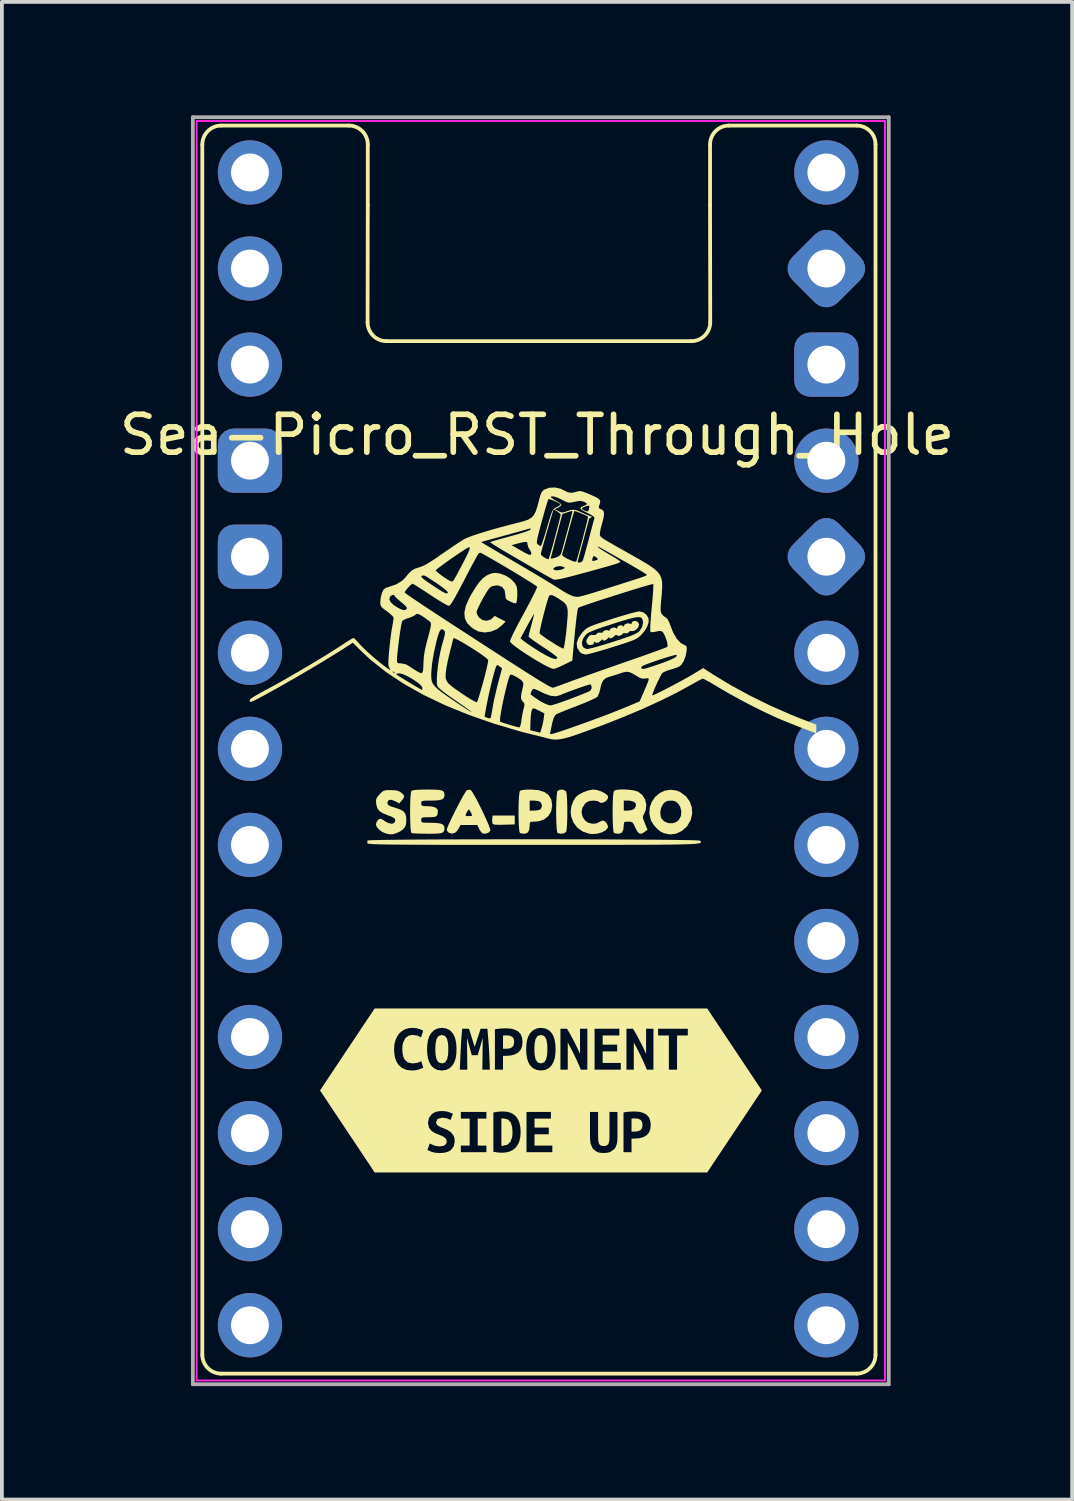
<source format=kicad_pcb>
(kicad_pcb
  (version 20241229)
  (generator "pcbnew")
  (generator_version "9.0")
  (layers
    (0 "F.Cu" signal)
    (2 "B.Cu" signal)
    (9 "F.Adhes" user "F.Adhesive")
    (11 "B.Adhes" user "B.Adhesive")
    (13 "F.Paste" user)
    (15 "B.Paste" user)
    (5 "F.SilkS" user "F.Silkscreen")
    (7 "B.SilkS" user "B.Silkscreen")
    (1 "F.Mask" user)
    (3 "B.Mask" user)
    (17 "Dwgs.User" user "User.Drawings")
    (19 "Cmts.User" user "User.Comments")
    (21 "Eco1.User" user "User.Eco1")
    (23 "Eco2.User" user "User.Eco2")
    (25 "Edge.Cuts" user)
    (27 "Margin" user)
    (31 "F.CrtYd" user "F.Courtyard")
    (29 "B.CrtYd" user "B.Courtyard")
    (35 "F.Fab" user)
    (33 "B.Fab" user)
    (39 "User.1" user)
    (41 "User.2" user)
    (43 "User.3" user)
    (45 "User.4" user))
  (footprint "Sea-Picro_RST_Through_Hole"
    (layer "F.Cu")
    (at 11.149 16.75)
    (property "Reference" "Sea-Picro_RST_Through_Hole" (at 0 -8.3 0) (unlocked yes) (layer "F.SilkS") (effects (font (size 1 1) (thickness 0.15))))
    (attr through_hole exclude_from_pos_files)
    (fp_line (start -8.85 -15.98) (end -8.85 16.02) (stroke (width 0.1) (type solid)) (layer "F.SilkS"))
    (fp_line (start -8.35 16.52) (end 8.45 16.52) (stroke (width 0.1) (type solid)) (layer "F.SilkS"))
    (fp_line (start -4.975 -16.48) (end -8.35 -16.48) (stroke (width 0.1) (type solid)) (layer "F.SilkS"))
    (fp_line (start -4.475 -14.38) (end -4.48 -11.28) (stroke (width 0.1) (type solid)) (layer "F.SilkS"))
    (fp_line (start -4.475 -14.38) (end -4.475 -15.98) (stroke (width 0.1) (type solid)) (layer "F.SilkS"))
    (fp_line (start -3.98 -10.78) (end 4.08 -10.78) (stroke (width 0.1) (type solid)) (layer "F.SilkS"))
    (fp_line (start 4.575 -14.38) (end 4.575 -15.98) (stroke (width 0.1) (type solid)) (layer "F.SilkS"))
    (fp_line (start 4.575 -14.38) (end 4.58 -11.28) (stroke (width 0.1) (type solid)) (layer "F.SilkS"))
    (fp_line (start 5.075 -16.48) (end 8.45 -16.48) (stroke (width 0.1) (type solid)) (layer "F.SilkS"))
    (fp_line (start 8.95 16.02) (end 8.95 -15.98) (stroke (width 0.1) (type solid)) (layer "F.SilkS"))
    (fp_arc (start -8.84951 -15.98) (mid -8.703063 -16.333553) (end -8.34951 -16.48) (stroke (width 0.1) (type solid)) (layer "F.SilkS"))
    (fp_arc (start -8.34951 16.52) (mid -8.703063 16.373553) (end -8.84951 16.02) (stroke (width 0.1) (type solid)) (layer "F.SilkS"))
    (fp_arc (start -4.97451 -16.48) (mid -4.620957 -16.333553) (end -4.47451 -15.98) (stroke (width 0.1) (type solid)) (layer "F.SilkS"))
    (fp_arc (start -3.98 -10.77951) (mid -4.333553 -10.925957) (end -4.48 -11.27951) (stroke (width 0.1) (type solid)) (layer "F.SilkS"))
    (fp_arc (start 4.57549 -15.98) (mid 4.721931 -16.333559) (end 5.07549 -16.48) (stroke (width 0.1) (type solid)) (layer "F.SilkS"))
    (fp_arc (start 4.58 -11.27951) (mid 4.433553 -10.925957) (end 4.08 -10.77951) (stroke (width 0.1) (type solid)) (layer "F.SilkS"))
    (fp_arc (start 8.45049 -16.48) (mid 8.804046 -16.333556) (end 8.95049 -15.98) (stroke (width 0.1) (type solid)) (layer "F.SilkS"))
    (fp_arc (start 8.95049 16.02) (mid 8.804039 16.373543) (end 8.45049 16.52) (stroke (width 0.1) (type solid)) (layer "F.SilkS"))
    (fp_poly (pts (xy -0.589 1.998) (xy -0.874 2.006) (xy -1.012 2.009) (xy -1.101 2.005) (xy -1.152 1.995) (xy -1.175 1.976) (xy -1.177 1.972) (xy -1.186 1.913) (xy -1.183 1.847) (xy -1.174 1.764) (xy -0.589 1.764)) (stroke (width 0) (type solid)) (fill yes) (layer "F.SilkS"))
    (fp_poly (pts (xy -0.792 7.576) (xy -0.845 7.577) (xy -0.899 7.581) (xy -0.899 7.93) (xy -0.811 7.93) (xy -0.721 7.92) (xy -0.656 7.889) (xy -0.617 7.834) (xy -0.604 7.749) (xy -0.616 7.668) (xy -0.655 7.615) (xy -0.715 7.586) (xy -0.792 7.576)) (stroke (width 0) (type solid)) (fill yes) (layer "F.SilkS"))
    (fp_poly (pts (xy 2.604 9.772) (xy 2.551 9.773) (xy 2.499 9.777) (xy 2.499 10.121) (xy 2.585 10.121) (xy 2.674 10.111) (xy 2.738 10.081) (xy 2.777 10.026) (xy 2.79 9.942) (xy 2.777 9.863) (xy 2.739 9.811) (xy 2.68 9.782) (xy 2.604 9.772)) (stroke (width 0) (type solid)) (fill yes) (layer "F.SilkS"))
    (fp_poly (pts (xy -0.942 10.493) (xy -0.923 10.495) (xy -0.904 10.495) (xy -0.783 10.467) (xy -0.704 10.391) (xy -0.661 10.277) (xy -0.651 10.208) (xy -0.648 10.132) (xy -0.658 9.997) (xy -0.694 9.882) (xy -0.765 9.802) (xy -0.88 9.772) (xy -0.911 9.773) (xy -0.942 9.777) (xy -0.942 10.493)) (stroke (width 0) (type solid)) (fill yes) (layer "F.SilkS"))
    (fp_poly (pts (xy -2.689 7.941) (xy -2.687 8.017) (xy -2.682 8.088) (xy -2.658 8.208) (xy -2.606 8.288) (xy -2.517 8.318) (xy -2.429 8.288) (xy -2.377 8.207) (xy -2.352 8.088) (xy -2.348 8.017) (xy -2.346 7.941) (xy -2.348 7.865) (xy -2.352 7.793) (xy -2.377 7.674) (xy -2.428 7.593) (xy -2.517 7.564) (xy -2.606 7.593) (xy -2.658 7.675) (xy -2.682 7.794) (xy -2.687 7.865) (xy -2.689 7.941)) (stroke (width 0) (type solid)) (fill yes) (layer "F.SilkS"))
    (fp_poly (pts (xy -0.069 7.941) (xy -0.068 8.017) (xy -0.063 8.088) (xy -0.039 8.208) (xy 0.013 8.288) (xy 0.102 8.318) (xy 0.19 8.288) (xy 0.243 8.207) (xy 0.267 8.088) (xy 0.272 8.017) (xy 0.273 7.941) (xy 0.272 7.865) (xy 0.267 7.793) (xy 0.243 7.674) (xy 0.191 7.593) (xy 0.102 7.564) (xy 0.013 7.593) (xy -0.039 7.675) (xy -0.063 7.794) (xy -0.068 7.865) (xy -0.069 7.941)) (stroke (width 0) (type solid)) (fill yes) (layer "F.SilkS"))
    (fp_poly (pts (xy 0.688 1.08) (xy 0.754 1.111) (xy 0.771 1.133) (xy 0.782 1.182) (xy 0.791 1.28) (xy 0.798 1.415) (xy 0.801 1.578) (xy 0.801 1.661) (xy 0.8 1.834) (xy 0.794 1.984) (xy 0.786 2.101) (xy 0.776 2.174) (xy 0.771 2.19) (xy 0.719 2.232) (xy 0.637 2.245) (xy 0.546 2.227) (xy 0.545 2.227) (xy 0.532 2.194) (xy 0.521 2.113) (xy 0.513 1.997) (xy 0.508 1.855) (xy 0.506 1.701) (xy 0.507 1.543) (xy 0.511 1.395) (xy 0.518 1.267) (xy 0.528 1.171) (xy 0.54 1.117) (xy 0.544 1.111) (xy 0.609 1.08)) (stroke (width 0) (type solid)) (fill yes) (layer "F.SilkS"))
    (fp_poly (pts (xy 1.589 1.09) (xy 1.694 1.124) (xy 1.789 1.171) (xy 1.857 1.223) (xy 1.879 1.261) (xy 1.868 1.325) (xy 1.822 1.381) (xy 1.757 1.419) (xy 1.691 1.43) (xy 1.64 1.405) (xy 1.635 1.398) (xy 1.598 1.38) (xy 1.523 1.37) (xy 1.485 1.369) (xy 1.386 1.378) (xy 1.314 1.413) (xy 1.267 1.454) (xy 1.199 1.56) (xy 1.178 1.679) (xy 1.204 1.797) (xy 1.274 1.898) (xy 1.348 1.951) (xy 1.453 1.98) (xy 1.562 1.974) (xy 1.637 1.94) (xy 1.702 1.906) (xy 1.744 1.896) (xy 1.798 1.92) (xy 1.847 1.977) (xy 1.876 2.044) (xy 1.874 2.084) (xy 1.82 2.151) (xy 1.724 2.205) (xy 1.603 2.241) (xy 1.471 2.253) (xy 1.387 2.246) (xy 1.212 2.188) (xy 1.068 2.086) (xy 0.962 1.947) (xy 0.901 1.782) (xy 0.889 1.661) (xy 0.909 1.52) (xy 0.96 1.379) (xy 1.029 1.271) (xy 1.109 1.207) (xy 1.225 1.147) (xy 1.351 1.101) (xy 1.467 1.078) (xy 1.49 1.076)) (stroke (width 0) (type solid)) (fill yes) (layer "F.SilkS"))
    (fp_poly (pts (xy 3.689 1.103) (xy 3.789 1.144) (xy 3.934 1.251) (xy 4.036 1.389) (xy 4.093 1.547) (xy 4.103 1.714) (xy 4.064 1.881) (xy 3.975 2.036) (xy 3.954 2.061) (xy 3.825 2.173) (xy 3.68 2.242) (xy 3.531 2.262) (xy 3.479 2.256) (xy 3.401 2.24) (xy 3.354 2.23) (xy 3.27 2.19) (xy 3.176 2.113) (xy 3.088 2.015) (xy 3.022 1.911) (xy 3.008 1.879) (xy 2.97 1.709) (xy 2.971 1.69) (xy 3.258 1.69) (xy 3.276 1.809) (xy 3.289 1.838) (xy 3.363 1.919) (xy 3.465 1.963) (xy 3.578 1.968) (xy 3.685 1.933) (xy 3.75 1.88) (xy 3.805 1.775) (xy 3.817 1.651) (xy 3.784 1.529) (xy 3.74 1.459) (xy 3.677 1.398) (xy 3.609 1.373) (xy 3.537 1.369) (xy 3.446 1.377) (xy 3.382 1.41) (xy 3.335 1.459) (xy 3.278 1.565) (xy 3.258 1.69) (xy 2.971 1.69) (xy 2.981 1.547) (xy 3.035 1.398) (xy 3.123 1.271) (xy 3.24 1.171) (xy 3.378 1.105) (xy 3.53 1.081)) (stroke (width 0) (type solid)) (fill yes) (layer "F.SilkS"))
    (fp_poly (pts (xy 0.036 1.092) (xy 0.196 1.142) (xy 0.31 1.225) (xy 0.378 1.342) (xy 0.401 1.495) (xy 0.401 1.501) (xy 0.375 1.652) (xy 0.301 1.776) (xy 0.187 1.867) (xy 0.038 1.917) (xy -0.061 1.925) (xy -0.142 1.927) (xy -0.181 1.941) (xy -0.193 1.981) (xy -0.194 2.029) (xy -0.208 2.15) (xy -0.253 2.221) (xy -0.328 2.244) (xy -0.334 2.244) (xy -0.407 2.237) (xy -0.45 2.227) (xy -0.463 2.194) (xy -0.474 2.113) (xy -0.482 1.997) (xy -0.487 1.855) (xy -0.489 1.701) (xy -0.488 1.632) (xy -0.194 1.632) (xy -0.068 1.632) (xy 0.019 1.624) (xy 0.082 1.605) (xy 0.093 1.597) (xy 0.123 1.54) (xy 0.128 1.501) (xy 0.109 1.426) (xy 0.047 1.383) (xy -0.062 1.369) (xy -0.068 1.369) (xy -0.194 1.369) (xy -0.194 1.632) (xy -0.488 1.632) (xy -0.488 1.543) (xy -0.484 1.395) (xy -0.477 1.267) (xy -0.467 1.171) (xy -0.455 1.117) (xy -0.451 1.111) (xy -0.401 1.092) (xy -0.303 1.08) (xy -0.172 1.076)) (stroke (width 0) (type solid)) (fill yes) (layer "F.SilkS"))
    (fp_poly (pts (xy -1.752 1.092) (xy -1.719 1.129) (xy -1.67 1.21) (xy -1.607 1.322) (xy -1.537 1.457) (xy -1.464 1.603) (xy -1.394 1.751) (xy -1.33 1.891) (xy -1.279 2.012) (xy -1.245 2.105) (xy -1.233 2.158) (xy -1.234 2.163) (xy -1.276 2.212) (xy -1.349 2.241) (xy -1.426 2.24) (xy -1.437 2.236) (xy -1.478 2.2) (xy -1.522 2.133) (xy -1.53 2.116) (xy -1.58 2.013) (xy -2.022 2.013) (xy -2.081 2.122) (xy -2.151 2.209) (xy -2.235 2.243) (xy -2.328 2.221) (xy -2.337 2.216) (xy -2.379 2.168) (xy -2.386 2.136) (xy -2.372 2.088) (xy -2.336 2) (xy -2.282 1.883) (xy -2.225 1.765) (xy -1.891 1.765) (xy -1.865 1.775) (xy -1.804 1.779) (xy -1.803 1.779) (xy -1.741 1.775) (xy -1.715 1.765) (xy -1.715 1.765) (xy -1.728 1.723) (xy -1.756 1.665) (xy -1.786 1.618) (xy -1.803 1.603) (xy -1.826 1.626) (xy -1.857 1.678) (xy -1.883 1.734) (xy -1.891 1.765) (xy -2.225 1.765) (xy -2.215 1.746) (xy -2.142 1.6) (xy -2.068 1.455) (xy -1.996 1.322) (xy -1.934 1.21) (xy -1.885 1.13) (xy -1.855 1.093) (xy -1.854 1.092) (xy -1.784 1.079)) (stroke (width 0) (type solid)) (fill yes) (layer "F.SilkS"))
    (fp_poly (pts (xy 2.437 1.082) (xy 2.557 1.099) (xy 2.653 1.125) (xy 2.675 1.135) (xy 2.786 1.222) (xy 2.859 1.342) (xy 2.89 1.48) (xy 2.874 1.621) (xy 2.836 1.711) (xy 2.808 1.763) (xy 2.799 1.806) (xy 2.81 1.86) (xy 2.843 1.945) (xy 2.852 1.968) (xy 2.922 2.136) (xy 2.853 2.191) (xy 2.775 2.24) (xy 2.712 2.241) (xy 2.656 2.191) (xy 2.6 2.086) (xy 2.558 1.996) (xy 2.524 1.948) (xy 2.483 1.929) (xy 2.42 1.925) (xy 2.411 1.925) (xy 2.336 1.928) (xy 2.303 1.947) (xy 2.294 1.997) (xy 2.294 2.029) (xy 2.279 2.15) (xy 2.234 2.221) (xy 2.159 2.244) (xy 2.154 2.244) (xy 2.081 2.237) (xy 2.038 2.227) (xy 2.024 2.194) (xy 2.014 2.113) (xy 2.006 1.997) (xy 2.001 1.855) (xy 1.999 1.701) (xy 1.999 1.632) (xy 2.294 1.632) (xy 2.409 1.632) (xy 2.499 1.62) (xy 2.565 1.59) (xy 2.57 1.586) (xy 2.616 1.512) (xy 2.61 1.447) (xy 2.556 1.397) (xy 2.461 1.371) (xy 2.42 1.369) (xy 2.294 1.369) (xy 2.294 1.632) (xy 1.999 1.632) (xy 2 1.543) (xy 2.003 1.395) (xy 2.01 1.267) (xy 2.02 1.171) (xy 2.033 1.117) (xy 2.036 1.111) (xy 2.091 1.088) (xy 2.187 1.076) (xy 2.308 1.074)) (stroke (width 0) (type solid)) (fill yes) (layer "F.SilkS"))
    (fp_poly (pts (xy -0.993 -4.638) (xy -0.972 -4.633) (xy -0.827 -4.58) (xy -0.694 -4.494) (xy -0.591 -4.388) (xy -0.545 -4.309) (xy -0.529 -4.239) (xy -0.521 -4.14) (xy -0.522 -4.032) (xy -0.53 -3.934) (xy -0.545 -3.866) (xy -0.554 -3.85) (xy -0.59 -3.849) (xy -0.659 -3.872) (xy -0.706 -3.893) (xy -0.785 -3.935) (xy -0.824 -3.973) (xy -0.836 -4.028) (xy -0.837 -4.07) (xy -0.858 -4.195) (xy -0.919 -4.278) (xy -1.018 -4.318) (xy -1.066 -4.321) (xy -1.17 -4.306) (xy -1.24 -4.27) (xy -1.284 -4.218) (xy -1.342 -4.129) (xy -1.407 -4.018) (xy -1.473 -3.899) (xy -1.531 -3.784) (xy -1.575 -3.687) (xy -1.597 -3.623) (xy -1.598 -3.613) (xy -1.58 -3.549) (xy -1.535 -3.477) (xy -1.529 -3.47) (xy -1.44 -3.406) (xy -1.334 -3.387) (xy -1.232 -3.415) (xy -1.183 -3.452) (xy -1.121 -3.514) (xy -0.831 -3.367) (xy -0.914 -3.279) (xy -1.053 -3.169) (xy -1.214 -3.101) (xy -1.383 -3.077) (xy -1.545 -3.103) (xy -1.568 -3.112) (xy -1.639 -3.149) (xy -1.722 -3.203) (xy -1.736 -3.214) (xy -1.846 -3.324) (xy -1.908 -3.45) (xy -1.921 -3.598) (xy -1.886 -3.769) (xy -1.802 -3.968) (xy -1.745 -4.074) (xy -1.629 -4.264) (xy -1.528 -4.407) (xy -1.432 -4.51) (xy -1.337 -4.581) (xy -1.259 -4.618) (xy -1.169 -4.647) (xy -1.09 -4.653)) (stroke (width 0) (type solid)) (fill yes) (layer "F.SilkS"))
    (fp_poly (pts (xy -3.747 1.096) (xy -3.663 1.116) (xy -3.599 1.151) (xy -3.531 1.211) (xy -3.512 1.262) (xy -3.54 1.321) (xy -3.57 1.358) (xy -3.642 1.442) (xy -3.743 1.388) (xy -3.845 1.348) (xy -3.915 1.351) (xy -3.951 1.397) (xy -3.954 1.426) (xy -3.947 1.466) (xy -3.919 1.496) (xy -3.857 1.524) (xy -3.764 1.552) (xy -3.624 1.6) (xy -3.533 1.651) (xy -3.482 1.717) (xy -3.459 1.807) (xy -3.456 1.881) (xy -3.461 1.982) (xy -3.481 2.049) (xy -3.525 2.108) (xy -3.544 2.128) (xy -3.623 2.185) (xy -3.725 2.232) (xy -3.825 2.259) (xy -3.895 2.259) (xy -3.944 2.248) (xy -4.003 2.235) (xy -4.091 2.198) (xy -4.175 2.137) (xy -4.237 2.065) (xy -4.261 2) (xy -4.24 1.93) (xy -4.203 1.881) (xy -4.165 1.852) (xy -4.13 1.848) (xy -4.08 1.874) (xy -4.03 1.908) (xy -3.928 1.963) (xy -3.84 1.981) (xy -3.778 1.963) (xy -3.75 1.909) (xy -3.749 1.897) (xy -3.756 1.855) (xy -3.786 1.823) (xy -3.851 1.792) (xy -3.935 1.761) (xy -4.076 1.704) (xy -4.169 1.643) (xy -4.224 1.568) (xy -4.25 1.469) (xy -4.253 1.449) (xy -4.258 1.365) (xy -4.243 1.305) (xy -4.198 1.242) (xy -4.164 1.204) (xy -4.105 1.143) (xy -4.054 1.109) (xy -3.992 1.094) (xy -3.897 1.091) (xy -3.87 1.091)) (stroke (width 0) (type solid)) (fill yes) (layer "F.SilkS"))
    (fp_poly (pts (xy -2.728 1.078) (xy -2.605 1.084) (xy -2.524 1.098) (xy -2.477 1.122) (xy -2.454 1.16) (xy -2.447 1.214) (xy -2.447 1.227) (xy -2.458 1.288) (xy -2.495 1.329) (xy -2.569 1.354) (xy -2.685 1.366) (xy -2.811 1.369) (xy -2.932 1.369) (xy -3.006 1.374) (xy -3.044 1.385) (xy -3.059 1.406) (xy -3.061 1.441) (xy -3.061 1.442) (xy -3.056 1.486) (xy -3.032 1.507) (xy -2.973 1.515) (xy -2.917 1.515) (xy -2.769 1.525) (xy -2.673 1.557) (xy -2.627 1.61) (xy -2.622 1.644) (xy -2.628 1.725) (xy -2.651 1.774) (xy -2.704 1.799) (xy -2.799 1.807) (xy -2.86 1.808) (xy -2.966 1.809) (xy -3.026 1.815) (xy -3.053 1.832) (xy -3.061 1.863) (xy -3.061 1.881) (xy -3.059 1.917) (xy -3.043 1.939) (xy -3.003 1.95) (xy -2.925 1.954) (xy -2.829 1.954) (xy -2.667 1.959) (xy -2.555 1.974) (xy -2.486 2.003) (xy -2.453 2.049) (xy -2.447 2.094) (xy -2.451 2.152) (xy -2.47 2.193) (xy -2.511 2.221) (xy -2.584 2.236) (xy -2.696 2.243) (xy -2.857 2.245) (xy -2.899 2.244) (xy -3.045 2.242) (xy -3.171 2.239) (xy -3.265 2.234) (xy -3.314 2.228) (xy -3.317 2.227) (xy -3.331 2.194) (xy -3.342 2.113) (xy -3.349 1.997) (xy -3.354 1.855) (xy -3.356 1.701) (xy -3.355 1.543) (xy -3.352 1.395) (xy -3.345 1.267) (xy -3.335 1.171) (xy -3.322 1.117) (xy -3.319 1.111) (xy -3.272 1.094) (xy -3.171 1.083) (xy -3.015 1.077) (xy -2.9 1.076)) (stroke (width 0) (type solid)) (fill yes) (layer "F.SilkS"))
    (fp_poly (pts (xy -0.058 2.391) (xy 0.381 2.391) (xy 0.816 2.392) (xy 1.242 2.393) (xy 1.657 2.394) (xy 2.056 2.396) (xy 2.435 2.398) (xy 2.79 2.4) (xy 3.118 2.402) (xy 3.414 2.405) (xy 3.674 2.408) (xy 3.895 2.412) (xy 4.073 2.415) (xy 4.203 2.419) (xy 4.282 2.424) (xy 4.306 2.427) (xy 4.321 2.442) (xy 4.332 2.456) (xy 4.337 2.468) (xy 4.332 2.479) (xy 4.316 2.489) (xy 4.286 2.497) (xy 4.238 2.505) (xy 4.171 2.512) (xy 4.082 2.517) (xy 3.968 2.522) (xy 3.826 2.526) (xy 3.654 2.53) (xy 3.45 2.532) (xy 3.209 2.535) (xy 2.931 2.536) (xy 2.611 2.537) (xy 2.248 2.538) (xy 1.839 2.539) (xy 1.381 2.539) (xy 0.872 2.539) (xy 0.309 2.539) (xy -0.096 2.539) (xy -0.694 2.539) (xy -1.236 2.539) (xy -1.725 2.539) (xy -2.164 2.538) (xy -2.555 2.538) (xy -2.9 2.537) (xy -3.203 2.535) (xy -3.466 2.534) (xy -3.691 2.532) (xy -3.882 2.53) (xy -4.041 2.527) (xy -4.171 2.525) (xy -4.274 2.521) (xy -4.354 2.518) (xy -4.411 2.513) (xy -4.451 2.509) (xy -4.474 2.504) (xy -4.484 2.498) (xy -4.484 2.497) (xy -4.488 2.441) (xy -4.481 2.424) (xy -4.45 2.419) (xy -4.364 2.415) (xy -4.227 2.411) (xy -4.043 2.408) (xy -3.817 2.405) (xy -3.552 2.402) (xy -3.251 2.399) (xy -2.92 2.397) (xy -2.561 2.395) (xy -2.179 2.394) (xy -1.778 2.392) (xy -1.362 2.392) (xy -0.934 2.391) (xy -0.498 2.391)) (stroke (width 0) (type solid)) (fill yes) (layer "F.SilkS"))
    (fp_poly (pts (xy 2.638 -3.374) (xy 2.663 -3.357) (xy 2.7 -3.294) (xy 2.683 -3.224) (xy 2.641 -3.17) (xy 2.564 -3.118) (xy 2.511 -3.116) (xy 2.448 -3.11) (xy 2.427 -3.086) (xy 2.386 -3.055) (xy 2.337 -3.057) (xy 2.283 -3.059) (xy 2.265 -3.045) (xy 2.24 -3.012) (xy 2.187 -2.991) (xy 2.133 -2.989) (xy 2.112 -3.002) (xy 2.083 -3.014) (xy 2.054 -2.988) (xy 2.004 -2.944) (xy 1.953 -2.921) (xy 1.918 -2.925) (xy 1.913 -2.939) (xy 1.9 -2.949) (xy 1.877 -2.928) (xy 1.827 -2.883) (xy 1.775 -2.862) (xy 1.741 -2.869) (xy 1.737 -2.882) (xy 1.724 -2.896) (xy 1.7 -2.872) (xy 1.641 -2.821) (xy 1.578 -2.801) (xy 1.532 -2.817) (xy 1.528 -2.822) (xy 1.509 -2.839) (xy 1.504 -2.808) (xy 1.491 -2.765) (xy 1.477 -2.757) (xy 1.426 -2.748) (xy 1.411 -2.744) (xy 1.361 -2.751) (xy 1.335 -2.772) (xy 1.303 -2.826) (xy 1.311 -2.884) (xy 1.348 -2.951) (xy 1.397 -3.004) (xy 1.458 -3.013) (xy 1.477 -3.01) (xy 1.545 -3.01) (xy 1.575 -3.04) (xy 1.615 -3.073) (xy 1.665 -3.072) (xy 1.719 -3.07) (xy 1.738 -3.084) (xy 1.762 -3.117) (xy 1.816 -3.138) (xy 1.87 -3.14) (xy 1.891 -3.127) (xy 1.91 -3.112) (xy 1.913 -3.131) (xy 1.938 -3.171) (xy 1.993 -3.2) (xy 2.054 -3.209) (xy 2.093 -3.19) (xy 2.113 -3.171) (xy 2.118 -3.2) (xy 2.142 -3.243) (xy 2.195 -3.267) (xy 2.25 -3.263) (xy 2.27 -3.246) (xy 2.29 -3.227) (xy 2.293 -3.248) (xy 2.319 -3.289) (xy 2.375 -3.315) (xy 2.436 -3.318) (xy 2.462 -3.306) (xy 2.493 -3.295) (xy 2.499 -3.321) (xy 2.522 -3.363) (xy 2.577 -3.383)) (stroke (width 0) (type solid)) (fill yes) (layer "F.SilkS"))
    (fp_poly (pts (xy 2.816 -3.608) (xy 2.903 -3.533) (xy 2.948 -3.449) (xy 2.953 -3.357) (xy 2.918 -3.244) (xy 2.85 -3.124) (xy 2.763 -3.021) (xy 2.717 -2.977) (xy 2.673 -2.941) (xy 2.621 -2.909) (xy 2.553 -2.876) (xy 2.461 -2.841) (xy 2.337 -2.798) (xy 2.172 -2.745) (xy 2.001 -2.691) (xy 1.814 -2.633) (xy 1.641 -2.582) (xy 1.491 -2.54) (xy 1.374 -2.51) (xy 1.299 -2.495) (xy 1.282 -2.493) (xy 1.182 -2.52) (xy 1.132 -2.56) (xy 1.062 -2.673) (xy 1.05 -2.796) (xy 1.061 -2.828) (xy 1.19 -2.828) (xy 1.193 -2.741) (xy 1.232 -2.675) (xy 1.305 -2.642) (xy 1.33 -2.64) (xy 1.385 -2.649) (xy 1.485 -2.674) (xy 1.621 -2.711) (xy 1.784 -2.759) (xy 1.964 -2.815) (xy 2.025 -2.834) (xy 2.237 -2.904) (xy 2.399 -2.959) (xy 2.52 -3.005) (xy 2.606 -3.043) (xy 2.665 -3.077) (xy 2.704 -3.109) (xy 2.707 -3.112) (xy 2.781 -3.224) (xy 2.804 -3.342) (xy 2.789 -3.421) (xy 2.769 -3.456) (xy 2.735 -3.477) (xy 2.682 -3.484) (xy 2.602 -3.476) (xy 2.491 -3.451) (xy 2.341 -3.41) (xy 2.147 -3.351) (xy 1.976 -3.296) (xy 1.76 -3.226) (xy 1.594 -3.168) (xy 1.471 -3.121) (xy 1.383 -3.081) (xy 1.324 -3.046) (xy 1.296 -3.022) (xy 1.224 -2.926) (xy 1.19 -2.828) (xy 1.061 -2.828) (xy 1.095 -2.931) (xy 1.198 -3.076) (xy 1.219 -3.099) (xy 1.259 -3.141) (xy 1.299 -3.175) (xy 1.348 -3.207) (xy 1.412 -3.239) (xy 1.501 -3.274) (xy 1.623 -3.317) (xy 1.784 -3.37) (xy 1.971 -3.431) (xy 2.159 -3.49) (xy 2.335 -3.542) (xy 2.488 -3.586) (xy 2.609 -3.617) (xy 2.688 -3.633) (xy 2.708 -3.635)) (stroke (width 0) (type solid)) (fill yes) (layer "F.SilkS"))
    (fp_poly (pts (xy -3.78 6.864) (xy -3.641 7.524) (xy -3.57 7.461) (xy -3.486 7.414) (xy -3.392 7.386) (xy -3.289 7.377) (xy -3.185 7.386) (xy -3.104 7.408) (xy -3.046 7.434) (xy -3.01 7.455) (xy -3.066 7.627) (xy -3.163 7.582) (xy -3.293 7.564) (xy -3.391 7.582) (xy -3.477 7.643) (xy -3.538 7.757) (xy -3.556 7.838) (xy -3.562 7.936) (xy -3.555 8.049) (xy -3.533 8.144) (xy -2.907 7.941) (xy -2.9 7.81) (xy -2.881 7.696) (xy -2.849 7.599) (xy -2.804 7.519) (xy -2.726 7.44) (xy -2.631 7.393) (xy -2.517 7.377) (xy -2.401 7.393) (xy -2.304 7.44) (xy -2.228 7.519) (xy -2.184 7.599) (xy -2.153 7.696) (xy -2.134 7.81) (xy -2 7.647) (xy -1.989 7.52) (xy -1.978 7.401) (xy -1.8 7.401) (xy -1.769 7.496) (xy -1.73 7.62) (xy -1.688 7.754) (xy -1.648 7.88) (xy -1.604 7.746) (xy -1.56 7.613) (xy -1.522 7.494) (xy -1.491 7.401) (xy -1.312 7.401) (xy -1.3 7.541) (xy -1.289 7.677) (xy -1.278 7.811) (xy -1.113 8.482) (xy -1.113 7.415) (xy -1.043 7.403) (xy -0.963 7.395) (xy -0.885 7.391) (xy -0.817 7.389) (xy -0.689 7.398) (xy -0.583 7.427) (xy -0.497 7.474) (xy -0.434 7.542) (xy -0.396 7.634) (xy -0.383 7.751) (xy -0.396 7.868) (xy -0.434 7.961) (xy -0.287 7.941) (xy -0.281 7.81) (xy -0.262 7.696) (xy -0.229 7.599) (xy -0.184 7.519) (xy -0.107 7.44) (xy -0.011 7.393) (xy 0.102 7.377) (xy 0.219 7.393) (xy 0.315 7.44) (xy 0.392 7.519) (xy 0.435 7.599) (xy 0.466 7.696) (xy 0.485 7.81) (xy 0.491 7.941) (xy 0.485 8.072) (xy 0.466 8.186) (xy 0.434 8.283) (xy 0.39 8.363) (xy 0.313 8.442) (xy 0.218 8.489) (xy 0.104 8.505) (xy -0.013 8.489) (xy -0.11 8.442) (xy -0.187 8.363) (xy -0.231 8.283) (xy -0.262 8.186) (xy -0.281 8.072) (xy -0.287 7.941) (xy -0.434 7.961) (xy -0.498 8.031) (xy -0.585 8.079) (xy -0.693 8.108) (xy -0.822 8.117) (xy -0.899 8.117) (xy -0.899 8.482) (xy -1.113 8.482) (xy -1.278 7.811) (xy -1.27 7.943) (xy -1.263 8.076) (xy -1.257 8.209) (xy -1.252 8.344) (xy -1.248 8.482) (xy -1.445 8.482) (xy -1.435 7.642) (xy -1.567 8.1) (xy -1.725 8.1) (xy -1.852 7.642) (xy -1.843 8.482) (xy -2.041 8.482) (xy -2.035 8.347) (xy -2.029 8.206) (xy -2.023 8.064) (xy -2.016 7.922) (xy -2.009 7.782) (xy -2 7.647) (xy -2.134 7.81) (xy -2.128 7.941) (xy -2.134 8.072) (xy -2.153 8.186) (xy -2.185 8.283) (xy -2.229 8.363) (xy -2.306 8.442) (xy -2.402 8.489) (xy -2.516 8.505) (xy -2.633 8.489) (xy -2.729 8.442) (xy -2.806 8.363) (xy -2.85 8.283) (xy -2.882 8.186) (xy -2.901 8.072) (xy -2.907 7.941) (xy -3.533 8.144) (xy -3.498 8.219) (xy -3.414 8.293) (xy -3.289 8.318) (xy -3.15 8.299) (xy -3.062 8.26) (xy -3.008 8.43) (xy -3.131 8.481) (xy -3.215 8.499) (xy -3.31 8.505) (xy -3.451 8.489) (xy -2.883 9.894) (xy -2.858 9.761) (xy -2.785 9.66) (xy -2.712 9.613) (xy -2.623 9.585) (xy -2.518 9.576) (xy -2.426 9.582) (xy -2.347 9.598) (xy -2.224 9.648) (xy -2.286 9.812) (xy -2.381 9.77) (xy -2.502 9.753) (xy -2.629 9.784) (xy -2.671 9.875) (xy -2.654 9.93) (xy -2.61 9.971) (xy -2.55 10.003) (xy -2.483 10.028) (xy -2.379 10.071) (xy -2.28 10.133) (xy -2.205 10.229) (xy -2.183 10.294) (xy -2.175 10.374) (xy -2.2 10.507) (xy -2.014 10.665) (xy -2.014 10.49) (xy -1.781 10.49) (xy -1.781 9.776) (xy -2.014 9.776) (xy -2.014 9.6) (xy -1.338 9.6) (xy -1.338 9.776) (xy -1.154 10.653) (xy -1.154 9.614) (xy -1.018 9.593) (xy -0.899 9.588) (xy -0.798 9.596) (xy -0.707 9.619) (xy -0.627 9.659) (xy -0.56 9.716) (xy -0.506 9.791) (xy -0.466 9.885) (xy -0.441 9.998) (xy -0.433 10.132) (xy -0.442 10.269) (xy -0.47 10.384) (xy -0.514 10.478) (xy -0.572 10.553) (xy -0.644 10.61) (xy -0.728 10.649) (xy -0.823 10.671) (xy -0.926 10.679) (xy -1.037 10.673) (xy -1.154 10.653) (xy -1.338 9.776) (xy -1.568 9.776) (xy -1.568 10.49) (xy -1.338 10.49) (xy -1.338 10.665) (xy -2.014 10.665) (xy -2.2 10.507) (xy -2.273 10.606) (xy -2.349 10.651) (xy -2.447 10.678) (xy -2.568 10.687) (xy -2.687 10.68) (xy -2.779 10.659) (xy -2.898 10.607) (xy -2.836 10.434) (xy -2.725 10.486) (xy -2.654 10.504) (xy -2.568 10.51) (xy -2.479 10.499) (xy -2.423 10.468) (xy -2.395 10.423) (xy -2.387 10.373) (xy -2.406 10.314) (xy -2.454 10.268) (xy -2.52 10.232) (xy -2.592 10.202) (xy -2.692 10.163) (xy -2.785 10.106) (xy -2.855 10.021) (xy -2.883 9.894) (xy -3.451 8.489) (xy -3.567 8.44) (xy -3.659 8.358) (xy -3.712 8.277) (xy -3.75 8.181) (xy -3.772 8.068) (xy -3.78 7.941) (xy -3.771 7.814) (xy -3.743 7.702) (xy -3.699 7.605) (xy -3.641 7.524) (xy -3.78 6.864) (xy -4.293 6.864) (xy -5.738 9.032) (xy -4.293 11.2) (xy -0.278 10.665) (xy -0.278 9.6) (xy 0.367 9.6) (xy 0.367 9.776) (xy -0.066 9.776) (xy -0.066 10.015) (xy 0.311 10.015) (xy 0.311 10.19) (xy -0.066 10.19) (xy -0.066 10.49) (xy 0.405 10.49) (xy 0.405 10.665) (xy -0.278 10.665) (xy -4.293 11.2) (xy -3.78 11.2) (xy 1.761 10.687) (xy 1.666 10.68) (xy 1.588 10.659) (xy 1.477 10.577) (xy 1.419 10.448) (xy 1.406 10.368) (xy 1.401 10.28) (xy 1.401 9.6) (xy 1.615 9.6) (xy 1.615 10.266) (xy 1.622 10.379) (xy 1.645 10.452) (xy 1.69 10.491) (xy 1.764 10.503) (xy 1.838 10.491) (xy 1.885 10.451) (xy 1.909 10.377) (xy 1.916 10.264) (xy 1.916 9.6) (xy 2.127 9.6) (xy 2.127 10.28) (xy 2.123 10.368) (xy 2.11 10.448) (xy 2.086 10.518) (xy 2.05 10.577) (xy 1.936 10.659) (xy 1.857 10.68) (xy 1.761 10.687) (xy -3.78 11.2) (xy 3.987 11.2) (xy 2.994 10.06) (xy 2.956 10.152) (xy 2.894 10.22) (xy 2.808 10.268) (xy 2.702 10.296) (xy 2.575 10.305) (xy 2.499 10.305) (xy 2.499 10.665) (xy 2.287 10.665) (xy 2.287 9.614) (xy 2.357 9.602) (xy 2.435 9.594) (xy 2.513 9.59) (xy 2.58 9.588) (xy 2.705 9.597) (xy 2.81 9.625) (xy 2.895 9.671) (xy 2.957 9.739) (xy 2.994 9.83) (xy 3.007 9.944) (xy 2.994 10.06) (xy 3.987 11.2) (xy 4.5 11.2) (xy 5.945 9.032) (xy 1.158 8.482) (xy 1.108 8.362) (xy 1.055 8.243) (xy 0.999 8.123) (xy 0.94 8.004) (xy 0.878 7.884) (xy 0.813 7.764) (xy 0.813 8.482) (xy 0.619 8.482) (xy 0.619 7.401) (xy 0.792 7.401) (xy 0.841 7.481) (xy 0.89 7.568) (xy 0.938 7.658) (xy 0.985 7.747) (xy 1.029 7.835) (xy 1.07 7.92) (xy 1.107 7.998) (xy 1.137 8.067) (xy 1.137 7.401) (xy 1.331 7.401) (xy 1.522 8.482) (xy 1.522 7.401) (xy 2.177 7.401) (xy 2.177 7.579) (xy 1.736 7.579) (xy 1.736 7.822) (xy 2.119 7.822) (xy 2.119 8) (xy 1.736 8) (xy 1.736 8.304) (xy 2.215 8.304) (xy 2.215 8.482) (xy 1.522 8.482) (xy 1.331 7.401) (xy 1.331 8.482) (xy 1.158 8.482) (xy 5.945 9.032) (xy 4.5 6.864) (xy 3.078 7.401) (xy 3.078 8.482) (xy 3.486 8.482) (xy 3.486 7.579) (xy 3.202 7.579) (xy 3.202 7.401) (xy 3.987 7.401) (xy 3.987 7.579) (xy 3.703 7.579) (xy 3.703 8.482) (xy 3.486 8.482) (xy 3.078 8.482) (xy 2.905 8.482) (xy 2.854 8.362) (xy 2.801 8.243) (xy 2.745 8.123) (xy 2.686 8.004) (xy 2.624 7.884) (xy 2.559 7.764) (xy 2.559 8.482) (xy 2.365 8.482) (xy 2.365 7.401) (xy 2.538 7.401) (xy 2.587 7.481) (xy 2.636 7.568) (xy 2.684 7.658) (xy 2.731 7.747) (xy 2.775 7.835) (xy 2.817 7.92) (xy 2.853 7.998) (xy 2.884 8.067) (xy 2.884 7.401) (xy 3.078 7.401) (xy 4.5 6.864) (xy 3.987 6.864) (xy -3.78 6.864)) (stroke (width 0) (type solid)) (fill yes) (layer "F.SilkS"))
    (fp_poly (pts (xy 0.622 -6.878) (xy 0.699 -6.84) (xy 0.82 -6.782) (xy 0.932 -6.771) (xy 1.052 -6.8) (xy 1.105 -6.815) (xy 1.158 -6.814) (xy 1.226 -6.796) (xy 1.327 -6.757) (xy 1.376 -6.736) (xy 1.514 -6.676) (xy 1.604 -6.63) (xy 1.654 -6.589) (xy 1.672 -6.545) (xy 1.663 -6.488) (xy 1.635 -6.409) (xy 1.633 -6.406) (xy 1.642 -6.362) (xy 1.677 -6.343) (xy 1.734 -6.315) (xy 1.765 -6.269) (xy 1.772 -6.196) (xy 1.754 -6.087) (xy 1.717 -5.947) (xy 1.679 -5.804) (xy 1.662 -5.707) (xy 1.663 -5.647) (xy 1.67 -5.629) (xy 1.683 -5.612) (xy 1.703 -5.592) (xy 1.736 -5.568) (xy 1.787 -5.534) (xy 1.863 -5.489) (xy 1.967 -5.428) (xy 2.106 -5.349) (xy 2.285 -5.248) (xy 2.509 -5.122) (xy 2.525 -5.113) (xy 2.752 -4.984) (xy 2.933 -4.876) (xy 3.072 -4.781) (xy 3.175 -4.694) (xy 3.245 -4.607) (xy 3.287 -4.512) (xy 3.308 -4.404) (xy 3.31 -4.275) (xy 3.3 -4.118) (xy 3.291 -4.014) (xy 3.276 -3.855) (xy 3.269 -3.742) (xy 3.269 -3.666) (xy 3.276 -3.615) (xy 3.291 -3.577) (xy 3.3 -3.563) (xy 3.354 -3.504) (xy 3.403 -3.475) (xy 3.452 -3.431) (xy 3.499 -3.336) (xy 3.51 -3.305) (xy 3.597 -3.081) (xy 3.693 -2.913) (xy 3.8 -2.799) (xy 3.909 -2.741) (xy 3.945 -2.721) (xy 3.959 -2.681) (xy 3.957 -2.603) (xy 3.955 -2.586) (xy 3.928 -2.445) (xy 3.877 -2.316) (xy 3.811 -2.218) (xy 3.772 -2.184) (xy 3.708 -2.154) (xy 3.612 -2.12) (xy 3.535 -2.097) (xy 3.433 -2.065) (xy 3.351 -2.028) (xy 3.314 -2.002) (xy 3.284 -1.959) (xy 3.243 -1.882) (xy 3.194 -1.783) (xy 3.145 -1.676) (xy 3.1 -1.572) (xy 3.066 -1.485) (xy 3.048 -1.428) (xy 3.049 -1.411) (xy 3.087 -1.425) (xy 3.167 -1.462) (xy 3.279 -1.517) (xy 3.413 -1.585) (xy 3.562 -1.663) (xy 3.714 -1.743) (xy 3.861 -1.823) (xy 3.993 -1.896) (xy 4.101 -1.958) (xy 4.128 -1.975) (xy 4.393 -2.136) (xy 4.653 -1.968) (xy 5.122 -1.684) (xy 5.632 -1.407) (xy 6.167 -1.144) (xy 6.708 -0.906) (xy 6.983 -0.796) (xy 7.386 -0.64) (xy 7.386 -0.528) (xy 7.383 -0.457) (xy 7.376 -0.418) (xy 7.374 -0.416) (xy 7.338 -0.427) (xy 7.259 -0.455) (xy 7.146 -0.498) (xy 7.009 -0.55) (xy 6.86 -0.609) (xy 6.707 -0.67) (xy 6.562 -0.728) (xy 6.435 -0.781) (xy 6.336 -0.823) (xy 6.334 -0.824) (xy 6.041 -0.96) (xy 5.722 -1.117) (xy 5.397 -1.287) (xy 5.085 -1.458) (xy 4.81 -1.618) (xy 4.674 -1.7) (xy 4.554 -1.77) (xy 4.459 -1.822) (xy 4.401 -1.852) (xy 4.386 -1.857) (xy 4.35 -1.843) (xy 4.276 -1.806) (xy 4.175 -1.75) (xy 4.093 -1.704) (xy 3.714 -1.495) (xy 3.282 -1.28) (xy 2.807 -1.063) (xy 2.292 -0.845) (xy 1.747 -0.63) (xy 1.176 -0.421) (xy 1.045 -0.375) (xy 0.843 -0.309) (xy 0.682 -0.267) (xy 0.551 -0.246) (xy 0.438 -0.246) (xy 0.348 -0.261) (xy -0.244 -0.409) (xy 0.344 -0.409) (xy 0.348 -0.394) (xy 0.375 -0.391) (xy 0.433 -0.403) (xy 0.527 -0.431) (xy 0.664 -0.476) (xy 0.824 -0.531) (xy 1.023 -0.601) (xy 1.239 -0.678) (xy 1.451 -0.755) (xy 1.639 -0.824) (xy 1.711 -0.851) (xy 1.888 -0.918) (xy 2.078 -0.993) (xy 2.259 -1.065) (xy 2.408 -1.126) (xy 2.713 -1.254) (xy 2.824 -1.51) (xy 2.888 -1.658) (xy 2.929 -1.759) (xy 2.951 -1.822) (xy 2.952 -1.856) (xy 2.934 -1.867) (xy 2.898 -1.865) (xy 2.866 -1.859) (xy 2.783 -1.857) (xy 2.703 -1.885) (xy 2.644 -1.921) (xy 2.528 -1.992) (xy 2.438 -2.03) (xy 2.357 -2.038) (xy 2.265 -2.018) (xy 2.208 -1.999) (xy 2.093 -1.96) (xy 1.979 -1.925) (xy 1.925 -1.91) (xy 1.821 -1.872) (xy 1.751 -1.811) (xy 1.704 -1.716) (xy 1.675 -1.599) (xy 1.649 -1.496) (xy 1.617 -1.412) (xy 1.593 -1.374) (xy 1.551 -1.347) (xy 1.463 -1.304) (xy 1.341 -1.25) (xy 1.194 -1.189) (xy 1.063 -1.138) (xy 0.902 -1.075) (xy 0.756 -1.018) (xy 0.636 -0.969) (xy 0.551 -0.934) (xy 0.517 -0.918) (xy 0.475 -0.882) (xy 0.44 -0.816) (xy 0.409 -0.712) (xy 0.377 -0.563) (xy 0.36 -0.478) (xy 0.345 -0.412) (xy 0.344 -0.409) (xy -0.244 -0.409) (xy -0.418 -0.453) (xy -0.554 -0.493) (xy -0.179 -0.493) (xy -0.047 -0.46) (xy 0.084 -0.427) (xy 0.122 -0.546) (xy 0.151 -0.654) (xy 0.174 -0.774) (xy 0.177 -0.802) (xy 0.194 -0.938) (xy 0.045 -1.014) (xy -0.039 -1.055) (xy -0.087 -1.072) (xy -0.113 -1.064) (xy -0.133 -1.034) (xy -0.135 -1.031) (xy -0.15 -0.975) (xy -0.163 -0.879) (xy -0.171 -0.762) (xy -0.172 -0.733) (xy -0.179 -0.493) (xy -0.554 -0.493) (xy -1.137 -0.666) (xy -1.361 -0.744) (xy -0.98 -0.744) (xy -0.975 -0.72) (xy -0.943 -0.706) (xy -0.87 -0.681) (xy -0.774 -0.651) (xy -0.669 -0.619) (xy -0.572 -0.591) (xy -0.498 -0.572) (xy -0.468 -0.565) (xy -0.447 -0.591) (xy -0.427 -0.66) (xy -0.416 -0.731) (xy -0.397 -0.859) (xy -0.371 -0.993) (xy -0.357 -1.049) (xy -0.336 -1.139) (xy -0.333 -1.191) (xy -0.35 -1.225) (xy -0.373 -1.246) (xy -0.411 -1.295) (xy -0.425 -1.362) (xy -0.414 -1.459) (xy -0.168 -1.459) (xy -0.16 -1.431) (xy -0.132 -1.41) (xy -0.074 -1.368) (xy -0.047 -1.348) (xy 0.079 -1.264) (xy 0.202 -1.199) (xy 0.305 -1.158) (xy 0.356 -1.149) (xy 0.405 -1.159) (xy 0.498 -1.186) (xy 0.624 -1.228) (xy 0.773 -1.281) (xy 0.898 -1.327) (xy 1.055 -1.388) (xy 1.195 -1.443) (xy 1.307 -1.489) (xy 1.382 -1.522) (xy 1.409 -1.536) (xy 1.438 -1.586) (xy 1.445 -1.634) (xy 1.432 -1.687) (xy 1.409 -1.704) (xy 1.364 -1.694) (xy 1.278 -1.667) (xy 1.164 -1.629) (xy 1.034 -1.583) (xy 0.901 -1.535) (xy 0.779 -1.489) (xy 0.68 -1.45) (xy 0.62 -1.423) (xy 0.499 -1.389) (xy 0.355 -1.404) (xy 0.184 -1.467) (xy 0.124 -1.497) (xy 0.029 -1.543) (xy -0.049 -1.576) (xy -0.091 -1.587) (xy -0.123 -1.564) (xy -0.152 -1.513) (xy -0.168 -1.459) (xy -0.414 -1.459) (xy -0.414 -1.46) (xy -0.387 -1.577) (xy -0.365 -1.674) (xy -0.363 -1.734) (xy -0.381 -1.778) (xy -0.384 -1.782) (xy -0.427 -1.824) (xy -0.497 -1.872) (xy -0.576 -1.918) (xy -0.648 -1.953) (xy -0.696 -1.966) (xy -0.705 -1.963) (xy -0.728 -1.919) (xy -0.758 -1.829) (xy -0.792 -1.705) (xy -0.829 -1.557) (xy -0.867 -1.395) (xy -0.903 -1.23) (xy -0.934 -1.072) (xy -0.959 -0.931) (xy -0.975 -0.819) (xy -0.98 -0.744) (xy -1.361 -0.744) (xy -1.668 -0.851) (xy -1.387 -0.851) (xy -1.324 -0.826) (xy -1.263 -0.805) (xy -1.231 -0.813) (xy -1.214 -0.861) (xy -1.204 -0.921) (xy -1.14 -1.276) (xy -1.051 -1.657) (xy -1.012 -1.807) (xy -0.925 -2.128) (xy -0.989 -2.181) (xy -1.038 -2.214) (xy -1.065 -2.208) (xy -1.076 -2.191) (xy -1.097 -2.137) (xy -1.127 -2.037) (xy -1.163 -1.903) (xy -1.203 -1.746) (xy -1.243 -1.578) (xy -1.281 -1.41) (xy -1.313 -1.254) (xy -1.332 -1.157) (xy -1.387 -0.851) (xy -1.668 -0.851) (xy -1.808 -0.9) (xy -2.43 -1.153) (xy -3.002 -1.427) (xy -3.522 -1.719) (xy -3.904 -1.972) (xy -3.721 -1.972) (xy -3.717 -1.967) (xy -3.685 -1.945) (xy -3.616 -1.9) (xy -3.52 -1.841) (xy -3.41 -1.774) (xy -3.297 -1.705) (xy -3.192 -1.643) (xy -3.107 -1.593) (xy -3.053 -1.563) (xy -3.04 -1.557) (xy -3.033 -1.582) (xy -3.032 -1.616) (xy -3.057 -1.663) (xy -3.122 -1.726) (xy -3.217 -1.796) (xy -3.327 -1.866) (xy -3.44 -1.928) (xy -3.509 -1.959) (xy -2.797 -1.959) (xy -2.795 -1.868) (xy -2.783 -1.793) (xy -2.755 -1.725) (xy -2.706 -1.658) (xy -2.63 -1.584) (xy -2.521 -1.498) (xy -2.373 -1.392) (xy -2.239 -1.3) (xy -2.091 -1.2) (xy -1.959 -1.112) (xy -1.85 -1.041) (xy -1.772 -0.993) (xy -1.734 -0.973) (xy -1.732 -0.972) (xy -1.746 -0.988) (xy -1.802 -1.031) (xy -1.892 -1.096) (xy -2.01 -1.179) (xy -2.149 -1.275) (xy -2.156 -1.28) (xy -2.339 -1.407) (xy -2.48 -1.513) (xy -2.578 -1.594) (xy -2.629 -1.649) (xy -2.635 -1.659) (xy -2.648 -1.738) (xy -2.649 -1.861) (xy -2.642 -1.97) (xy -2.415 -1.97) (xy -2.415 -1.883) (xy -2.397 -1.812) (xy -2.356 -1.746) (xy -2.285 -1.677) (xy -2.178 -1.595) (xy -2.03 -1.492) (xy -1.999 -1.471) (xy -1.853 -1.374) (xy -1.733 -1.3) (xy -1.644 -1.252) (xy -1.595 -1.233) (xy -1.587 -1.235) (xy -1.571 -1.27) (xy -1.544 -1.353) (xy -1.507 -1.474) (xy -1.464 -1.622) (xy -1.419 -1.782) (xy -1.375 -1.951) (xy -1.338 -2.101) (xy -1.31 -2.224) (xy -1.294 -2.31) (xy -1.291 -2.348) (xy -1.32 -2.382) (xy -1.387 -2.436) (xy -1.482 -2.505) (xy -1.598 -2.583) (xy -1.724 -2.664) (xy -1.852 -2.744) (xy -1.973 -2.815) (xy -2.078 -2.873) (xy -2.159 -2.913) (xy -2.205 -2.927) (xy -2.213 -2.922) (xy -2.22 -2.892) (xy -2.238 -2.816) (xy -2.266 -2.706) (xy -2.299 -2.579) (xy -2.336 -2.427) (xy -2.369 -2.278) (xy -2.393 -2.151) (xy -2.404 -2.08) (xy -2.415 -1.97) (xy -2.642 -1.97) (xy -2.639 -2.018) (xy -2.619 -2.194) (xy -2.592 -2.38) (xy -2.557 -2.562) (xy -2.518 -2.728) (xy -2.506 -2.768) (xy -2.466 -2.909) (xy -2.442 -3.004) (xy -2.434 -3.065) (xy -2.438 -3.103) (xy -2.454 -3.128) (xy -2.457 -3.131) (xy -2.501 -3.162) (xy -2.54 -3.155) (xy -2.576 -3.105) (xy -2.613 -3.008) (xy -2.654 -2.859) (xy -2.663 -2.825) (xy -2.731 -2.517) (xy -2.776 -2.244) (xy -2.796 -2.015) (xy -2.797 -1.959) (xy -3.509 -1.959) (xy -3.544 -1.974) (xy -3.625 -1.996) (xy -3.639 -1.996) (xy -3.708 -1.99) (xy -3.721 -1.972) (xy -3.904 -1.972) (xy -3.989 -2.029) (xy -4.012 -2.047) (xy -3.817 -2.047) (xy -3.81 -2.03) (xy -3.781 -1.999) (xy -3.764 -2.005) (xy -3.764 -2.009) (xy -3.784 -2.034) (xy -3.797 -2.043) (xy -3.817 -2.047) (xy -4.012 -2.047) (xy -4.403 -2.357) (xy -4.632 -2.569) (xy -4.871 -2.806) (xy -5.115 -2.648) (xy -5.284 -2.541) (xy -5.478 -2.421) (xy -5.69 -2.292) (xy -5.916 -2.157) (xy -6.148 -2.02) (xy -6.381 -1.884) (xy -6.61 -1.753) (xy -6.828 -1.629) (xy -7.03 -1.516) (xy -7.209 -1.418) (xy -7.36 -1.337) (xy -7.477 -1.278) (xy -7.554 -1.244) (xy -7.582 -1.236) (xy -7.595 -1.259) (xy -7.597 -1.278) (xy -7.594 -1.295) (xy -7.583 -1.312) (xy -7.556 -1.335) (xy -7.508 -1.367) (xy -7.434 -1.411) (xy -7.326 -1.472) (xy -7.18 -1.552) (xy -6.989 -1.655) (xy -6.953 -1.675) (xy -6.768 -1.777) (xy -6.552 -1.9) (xy -6.316 -2.037) (xy -6.072 -2.181) (xy -5.83 -2.326) (xy -5.6 -2.465) (xy -5.393 -2.594) (xy -5.22 -2.704) (xy -5.135 -2.76) (xy -5.027 -2.831) (xy -4.936 -2.888) (xy -4.874 -2.924) (xy -4.852 -2.933) (xy -4.821 -2.912) (xy -4.768 -2.858) (xy -4.732 -2.815) (xy -4.66 -2.736) (xy -4.554 -2.632) (xy -4.425 -2.513) (xy -4.286 -2.391) (xy -4.149 -2.277) (xy -4.025 -2.18) (xy -3.994 -2.158) (xy -3.917 -2.104) (xy -3.88 -2.083) (xy -3.877 -2.093) (xy -3.896 -2.126) (xy -3.915 -2.161) (xy -3.927 -2.205) (xy -3.931 -2.268) (xy -3.928 -2.34) (xy -3.704 -2.34) (xy -3.699 -2.288) (xy -3.671 -2.265) (xy -3.604 -2.26) (xy -3.592 -2.26) (xy -3.469 -2.236) (xy -3.364 -2.176) (xy -3.268 -2.11) (xy -3.174 -2.053) (xy -3.098 -2.012) (xy -3.057 -1.998) (xy -3.032 -2.02) (xy -3.021 -2.043) (xy -3.011 -2.094) (xy -3.005 -2.185) (xy -3.003 -2.288) (xy -2.992 -2.439) (xy -2.963 -2.62) (xy -2.927 -2.775) (xy -2.877 -2.963) (xy -2.84 -3.103) (xy -2.817 -3.202) (xy -2.805 -3.27) (xy -2.805 -3.314) (xy -2.816 -3.344) (xy -2.837 -3.366) (xy -2.868 -3.391) (xy -2.882 -3.402) (xy -2.97 -3.468) (xy -3.063 -3.527) (xy -3.075 -3.534) (xy -3.142 -3.566) (xy -3.183 -3.568) (xy -3.217 -3.542) (xy -3.271 -3.508) (xy -3.357 -3.472) (xy -3.395 -3.46) (xy -3.482 -3.429) (xy -3.547 -3.395) (xy -3.563 -3.381) (xy -3.576 -3.342) (xy -3.593 -3.256) (xy -3.613 -3.135) (xy -3.635 -2.99) (xy -3.655 -2.834) (xy -3.674 -2.678) (xy -3.69 -2.534) (xy -3.7 -2.413) (xy -3.704 -2.34) (xy -3.928 -2.34) (xy -3.928 -2.361) (xy -3.918 -2.495) (xy -3.91 -2.588) (xy -3.893 -2.757) (xy -3.873 -2.929) (xy -3.853 -3.084) (xy -3.834 -3.196) (xy -3.814 -3.309) (xy -3.799 -3.403) (xy -3.793 -3.461) (xy -3.793 -3.465) (xy -3.815 -3.505) (xy -3.875 -3.564) (xy -3.959 -3.631) (xy -3.968 -3.637) (xy -4.059 -3.703) (xy -4.112 -3.751) (xy -4.136 -3.796) (xy -4.144 -3.853) (xy -4.144 -3.887) (xy -4.136 -3.961) (xy -3.905 -3.961) (xy -3.874 -3.884) (xy -3.789 -3.802) (xy -3.727 -3.76) (xy -3.613 -3.697) (xy -3.533 -3.669) (xy -3.478 -3.676) (xy -3.447 -3.702) (xy -3.442 -3.731) (xy -3.473 -3.775) (xy -3.544 -3.841) (xy -3.59 -3.878) (xy -3.673 -3.948) (xy -3.735 -4.007) (xy -3.763 -4.042) (xy -3.764 -4.046) (xy -3.784 -4.072) (xy -3.829 -4.067) (xy -3.877 -4.035) (xy -3.88 -4.031) (xy -3.905 -3.961) (xy -4.136 -3.961) (xy -4.132 -4.002) (xy -4.103 -4.116) (xy -4.097 -4.132) (xy -4.096 -4.134) (xy -3.5 -4.134) (xy -3.476 -4.113) (xy -3.408 -4.064) (xy -3.3 -3.99) (xy -3.156 -3.893) (xy -2.982 -3.776) (xy -2.782 -3.644) (xy -2.561 -3.499) (xy -2.322 -3.343) (xy -2.264 -3.305) (xy -1.847 -3.035) (xy -1.477 -2.794) (xy -1.149 -2.583) (xy -0.863 -2.397) (xy -0.614 -2.237) (xy -0.4 -2.1) (xy -0.219 -1.985) (xy -0.067 -1.889) (xy 0.059 -1.811) (xy 0.161 -1.749) (xy 0.241 -1.701) (xy 0.304 -1.666) (xy 0.351 -1.642) (xy 0.386 -1.627) (xy 0.411 -1.619) (xy 0.424 -1.617) (xy 0.456 -1.626) (xy 0.533 -1.653) (xy 0.645 -1.693) (xy 0.782 -1.744) (xy 0.863 -1.774) (xy 0.99 -1.821) (xy 1.163 -1.883) (xy 1.372 -1.958) (xy 1.608 -2.041) (xy 1.86 -2.13) (xy 1.881 -2.137) (xy 2.751 -2.137) (xy 2.786 -2.116) (xy 2.816 -2.113) (xy 2.861 -2.123) (xy 2.95 -2.148) (xy 3.07 -2.187) (xy 3.209 -2.234) (xy 3.246 -2.247) (xy 3.433 -2.315) (xy 3.568 -2.371) (xy 3.653 -2.416) (xy 3.693 -2.452) (xy 3.691 -2.481) (xy 3.689 -2.484) (xy 3.656 -2.482) (xy 3.579 -2.463) (xy 3.469 -2.431) (xy 3.337 -2.39) (xy 3.194 -2.343) (xy 3.051 -2.294) (xy 2.918 -2.246) (xy 2.827 -2.21) (xy 2.765 -2.172) (xy 2.751 -2.137) (xy 1.881 -2.137) (xy 2.121 -2.221) (xy 2.351 -2.301) (xy 2.589 -2.384) (xy 2.81 -2.461) (xy 3.008 -2.532) (xy 3.177 -2.593) (xy 3.31 -2.642) (xy 3.401 -2.677) (xy 3.444 -2.696) (xy 3.446 -2.698) (xy 3.453 -2.74) (xy 3.44 -2.817) (xy 3.412 -2.909) (xy 3.376 -3) (xy 3.338 -3.07) (xy 3.319 -3.093) (xy 3.277 -3.116) (xy 3.217 -3.116) (xy 3.15 -3.1) (xy 3.055 -3.083) (xy 3.002 -3.093) (xy 2.999 -3.095) (xy 2.994 -3.133) (xy 2.994 -3.222) (xy 3.001 -3.355) (xy 3.014 -3.526) (xy 3.033 -3.727) (xy 3.033 -3.731) (xy 3.05 -3.913) (xy 3.063 -4.076) (xy 3.072 -4.209) (xy 3.076 -4.305) (xy 3.075 -4.353) (xy 3.074 -4.357) (xy 3.043 -4.353) (xy 2.964 -4.333) (xy 2.845 -4.299) (xy 2.694 -4.254) (xy 2.517 -4.2) (xy 2.324 -4.14) (xy 2.122 -4.076) (xy 1.918 -4.011) (xy 1.72 -3.948) (xy 1.536 -3.887) (xy 1.373 -3.833) (xy 1.24 -3.787) (xy 1.144 -3.752) (xy 1.092 -3.73) (xy 1.086 -3.726) (xy 1.076 -3.691) (xy 1.062 -3.605) (xy 1.045 -3.479) (xy 1.027 -3.319) (xy 1.007 -3.135) (xy 0.996 -3.016) (xy 0.933 -2.333) (xy 0.714 -2.224) (xy 0.605 -2.173) (xy 0.51 -2.135) (xy 0.446 -2.115) (xy 0.436 -2.114) (xy 0.377 -2.13) (xy 0.282 -2.172) (xy 0.16 -2.236) (xy 0.02 -2.316) (xy -0.129 -2.407) (xy -0.279 -2.501) (xy -0.419 -2.595) (xy -0.542 -2.682) (xy -0.638 -2.756) (xy -0.698 -2.812) (xy -0.715 -2.839) (xy -0.703 -2.882) (xy -0.687 -2.92) (xy -0.437 -2.92) (xy -0.345 -2.846) (xy -0.284 -2.802) (xy -0.187 -2.735) (xy -0.067 -2.657) (xy 0.062 -2.574) (xy 0.23 -2.475) (xy 0.365 -2.409) (xy 0.462 -2.377) (xy 0.52 -2.38) (xy 0.536 -2.413) (xy 0.512 -2.441) (xy 0.447 -2.494) (xy 0.349 -2.565) (xy 0.228 -2.648) (xy 0.156 -2.695) (xy 0.025 -2.781) (xy -0.086 -2.859) (xy -0.169 -2.921) (xy -0.216 -2.962) (xy -0.223 -2.973) (xy -0.215 -3.014) (xy -0.206 -3.055) (xy 0.069 -3.055) (xy 0.102 -3.022) (xy 0.171 -2.97) (xy 0.265 -2.904) (xy 0.373 -2.834) (xy 0.481 -2.765) (xy 0.579 -2.707) (xy 0.655 -2.666) (xy 0.697 -2.65) (xy 0.699 -2.651) (xy 0.711 -2.681) (xy 0.727 -2.761) (xy 0.745 -2.879) (xy 0.764 -3.027) (xy 0.779 -3.169) (xy 0.799 -3.376) (xy 0.811 -3.535) (xy 0.811 -3.653) (xy 0.798 -3.741) (xy 0.77 -3.808) (xy 0.724 -3.862) (xy 0.658 -3.914) (xy 0.587 -3.961) (xy 0.473 -4.03) (xy 0.397 -4.065) (xy 0.348 -4.067) (xy 0.318 -4.039) (xy 0.311 -4.023) (xy 0.283 -3.943) (xy 0.249 -3.829) (xy 0.212 -3.692) (xy 0.173 -3.545) (xy 0.137 -3.399) (xy 0.105 -3.266) (xy 0.082 -3.156) (xy 0.069 -3.081) (xy 0.069 -3.055) (xy -0.206 -3.055) (xy -0.195 -3.098) (xy -0.167 -3.208) (xy -0.15 -3.27) (xy -0.118 -3.388) (xy -0.093 -3.485) (xy -0.079 -3.548) (xy -0.077 -3.562) (xy -0.09 -3.549) (xy -0.125 -3.493) (xy -0.177 -3.402) (xy -0.242 -3.284) (xy -0.257 -3.256) (xy -0.437 -2.92) (xy -0.687 -2.92) (xy -0.666 -2.969) (xy -0.605 -3.096) (xy -0.525 -3.254) (xy -0.427 -3.439) (xy -0.353 -3.574) (xy -0.254 -3.757) (xy -0.167 -3.923) (xy -0.094 -4.067) (xy -0.039 -4.18) (xy -0.005 -4.256) (xy 0.003 -4.288) (xy -0.025 -4.31) (xy -0.096 -4.358) (xy -0.203 -4.426) (xy -0.34 -4.511) (xy -0.5 -4.609) (xy -0.675 -4.714) (xy -0.858 -4.823) (xy -1.043 -4.931) (xy -1.221 -5.035) (xy -1.387 -5.129) (xy -1.432 -5.154) (xy -1.491 -5.183) (xy -1.527 -5.178) (xy -1.559 -5.142) (xy -1.584 -5.101) (xy -1.632 -5.015) (xy -1.698 -4.893) (xy -1.779 -4.742) (xy -1.869 -4.57) (xy -1.94 -4.432) (xy -2.051 -4.221) (xy -2.139 -4.058) (xy -2.207 -3.937) (xy -2.259 -3.854) (xy -2.297 -3.805) (xy -2.325 -3.783) (xy -2.333 -3.781) (xy -2.375 -3.797) (xy -2.456 -3.841) (xy -2.567 -3.907) (xy -2.7 -3.99) (xy -2.827 -4.074) (xy -2.969 -4.168) (xy -3.095 -4.249) (xy -3.196 -4.313) (xy -3.265 -4.354) (xy -3.292 -4.367) (xy -3.326 -4.346) (xy -3.379 -4.295) (xy -3.436 -4.231) (xy -3.482 -4.172) (xy -3.5 -4.134) (xy -4.096 -4.134) (xy -4.057 -4.211) (xy -4.003 -4.255) (xy -3.929 -4.279) (xy -3.724 -4.349) (xy -3.565 -4.445) (xy -3.481 -4.531) (xy -3.458 -4.559) (xy -3.061 -4.559) (xy -3.05 -4.535) (xy -3.007 -4.495) (xy -2.926 -4.435) (xy -2.802 -4.35) (xy -2.768 -4.327) (xy -2.616 -4.228) (xy -2.506 -4.159) (xy -2.431 -4.12) (xy -2.385 -4.108) (xy -2.363 -4.119) (xy -2.359 -4.142) (xy -2.382 -4.172) (xy -2.445 -4.227) (xy -2.537 -4.297) (xy -2.644 -4.372) (xy -2.778 -4.461) (xy -2.871 -4.522) (xy -2.934 -4.561) (xy -2.974 -4.58) (xy -3.001 -4.585) (xy -3.025 -4.58) (xy -3.046 -4.573) (xy -3.061 -4.559) (xy -3.458 -4.559) (xy -3.388 -4.644) (xy -3.309 -4.718) (xy -3.308 -4.718) (xy -2.681 -4.718) (xy -2.658 -4.691) (xy -2.598 -4.641) (xy -2.512 -4.575) (xy -2.469 -4.545) (xy -2.361 -4.473) (xy -2.289 -4.434) (xy -2.245 -4.423) (xy -2.222 -4.433) (xy -2.197 -4.471) (xy -2.151 -4.55) (xy -2.09 -4.662) (xy -2.018 -4.796) (xy -1.981 -4.867) (xy -1.894 -5.035) (xy -1.833 -5.158) (xy -1.796 -5.243) (xy -1.779 -5.296) (xy -1.781 -5.323) (xy -1.798 -5.332) (xy -1.801 -5.332) (xy -1.835 -5.316) (xy -1.906 -5.273) (xy -2.004 -5.209) (xy -2.121 -5.13) (xy -2.247 -5.043) (xy -2.372 -4.955) (xy -2.487 -4.872) (xy -2.583 -4.801) (xy -2.651 -4.748) (xy -2.68 -4.72) (xy -2.681 -4.718) (xy -3.308 -4.718) (xy -3.226 -4.765) (xy -3.125 -4.796) (xy -3.121 -4.797) (xy -3.046 -4.822) (xy -2.955 -4.866) (xy -2.84 -4.933) (xy -2.693 -5.028) (xy -2.519 -5.149) (xy -2.364 -5.255) (xy -2.215 -5.357) (xy -2.082 -5.445) (xy -2.045 -5.469) (xy -1.48 -5.469) (xy -1.386 -5.411) (xy -1.337 -5.382) (xy -1.245 -5.328) (xy -1.117 -5.252) (xy -0.959 -5.159) (xy -0.78 -5.054) (xy -0.586 -4.94) (xy -0.515 -4.899) (xy -0.306 -4.776) (xy -0.098 -4.652) (xy 0.099 -4.535) (xy 0.275 -4.428) (xy 0.421 -4.339) (xy 0.527 -4.272) (xy 0.54 -4.264) (xy 0.699 -4.164) (xy 0.82 -4.094) (xy 0.916 -4.05) (xy 0.997 -4.026) (xy 1.072 -4.018) (xy 1.124 -4.026) (xy 1.221 -4.05) (xy 1.355 -4.087) (xy 1.514 -4.135) (xy 1.691 -4.19) (xy 1.731 -4.203) (xy 1.929 -4.267) (xy 2.131 -4.331) (xy 2.322 -4.392) (xy 2.487 -4.445) (xy 2.608 -4.483) (xy 2.731 -4.523) (xy 2.829 -4.559) (xy 2.891 -4.586) (xy 2.908 -4.598) (xy 2.884 -4.619) (xy 2.816 -4.663) (xy 2.712 -4.727) (xy 2.579 -4.805) (xy 2.425 -4.894) (xy 2.374 -4.922) (xy 2.205 -5.018) (xy 2.045 -5.109) (xy 1.904 -5.189) (xy 1.791 -5.252) (xy 1.718 -5.294) (xy 1.71 -5.299) (xy 1.642 -5.335) (xy 1.604 -5.348) (xy 1.601 -5.341) (xy 1.633 -5.314) (xy 1.705 -5.266) (xy 1.806 -5.203) (xy 1.913 -5.139) (xy 2.029 -5.071) (xy 2.123 -5.012) (xy 2.185 -4.969) (xy 2.206 -4.949) (xy 2.198 -4.937) (xy 2.171 -4.922) (xy 2.12 -4.902) (xy 2.039 -4.875) (xy 1.924 -4.841) (xy 1.77 -4.797) (xy 1.571 -4.742) (xy 1.322 -4.673) (xy 1.213 -4.644) (xy 0.984 -4.582) (xy 0.804 -4.536) (xy 0.667 -4.503) (xy 0.568 -4.483) (xy 0.499 -4.474) (xy 0.453 -4.474) (xy 0.431 -4.48) (xy 0.381 -4.507) (xy 0.285 -4.56) (xy 0.146 -4.639) (xy -0.03 -4.74) (xy -0.079 -4.769) (xy 0.433 -4.769) (xy 0.438 -4.741) (xy 0.479 -4.724) (xy 0.546 -4.721) (xy 0.628 -4.734) (xy 0.674 -4.749) (xy 0.726 -4.774) (xy 0.727 -4.796) (xy 0.713 -4.807) (xy 0.627 -4.832) (xy 0.526 -4.823) (xy 0.477 -4.804) (xy 0.433 -4.769) (xy -0.079 -4.769) (xy -0.239 -4.862) (xy -0.479 -5.001) (xy -0.743 -5.156) (xy -0.906 -5.251) (xy -1.03 -5.326) (xy -1.126 -5.386) (xy -0.673 -5.386) (xy -0.426 -5.244) (xy -0.309 -5.178) (xy -0.231 -5.141) (xy -0.185 -5.128) (xy -0.16 -5.138) (xy -0.155 -5.144) (xy -0.155 -5.147) (xy 0.099 -5.147) (xy 0.122 -5.113) (xy 0.178 -5.069) (xy 0.244 -5.031) (xy 0.3 -5.012) (xy 0.304 -5.011) (xy 0.314 -5.034) (xy 0.362 -5.034) (xy 0.387 -5.031) (xy 0.45 -5.045) (xy 0.494 -5.059) (xy 0.577 -5.093) (xy 0.623 -5.135) (xy 0.629 -5.149) (xy 0.667 -5.149) (xy 0.67 -5.115) (xy 0.707 -5.079) (xy 0.788 -5.034) (xy 0.835 -5.011) (xy 0.941 -4.965) (xy 1.005 -4.947) (xy 1.036 -4.956) (xy 1.039 -4.96) (xy 1.052 -4.998) (xy 1.077 -5.084) (xy 1.113 -5.208) (xy 1.155 -5.361) (xy 1.201 -5.533) (xy 1.209 -5.563) (xy 1.254 -5.736) (xy 1.293 -5.888) (xy 1.324 -6.012) (xy 1.343 -6.098) (xy 1.35 -6.138) (xy 1.35 -6.14) (xy 1.315 -6.16) (xy 1.246 -6.192) (xy 1.162 -6.228) (xy 1.079 -6.261) (xy 1.015 -6.283) (xy 0.987 -6.289) (xy 0.976 -6.258) (xy 0.952 -6.18) (xy 0.919 -6.063) (xy 0.878 -5.916) (xy 0.832 -5.749) (xy 0.829 -5.739) (xy 0.782 -5.567) (xy 0.74 -5.412) (xy 0.705 -5.285) (xy 0.679 -5.194) (xy 0.667 -5.149) (xy 0.667 -5.149) (xy 0.629 -5.149) (xy 0.651 -5.204) (xy 0.657 -5.225) (xy 0.676 -5.295) (xy 0.707 -5.409) (xy 0.746 -5.553) (xy 0.791 -5.715) (xy 0.818 -5.814) (xy 0.86 -5.97) (xy 0.895 -6.105) (xy 0.921 -6.209) (xy 0.935 -6.273) (xy 0.937 -6.289) (xy 0.907 -6.286) (xy 0.84 -6.267) (xy 0.799 -6.254) (xy 0.67 -6.21) (xy 0.516 -5.632) (xy 0.469 -5.457) (xy 0.429 -5.301) (xy 0.396 -5.173) (xy 0.373 -5.082) (xy 0.363 -5.037) (xy 0.362 -5.034) (xy 0.314 -5.034) (xy 0.316 -5.038) (xy 0.34 -5.113) (xy 0.373 -5.228) (xy 0.415 -5.374) (xy 0.461 -5.543) (xy 0.473 -5.588) (xy 0.52 -5.765) (xy 0.561 -5.922) (xy 0.594 -6.052) (xy 0.616 -6.145) (xy 0.626 -6.192) (xy 0.627 -6.196) (xy 0.605 -6.223) (xy 0.555 -6.262) (xy 0.497 -6.299) (xy 0.451 -6.321) (xy 0.437 -6.321) (xy 0.425 -6.287) (xy 0.4 -6.208) (xy 0.365 -6.093) (xy 0.324 -5.953) (xy 0.279 -5.798) (xy 0.233 -5.64) (xy 0.19 -5.487) (xy 0.152 -5.351) (xy 0.122 -5.242) (xy 0.104 -5.17) (xy 0.099 -5.147) (xy -0.155 -5.147) (xy -0.155 -5.202) (xy -0.192 -5.264) (xy -0.235 -5.34) (xy -0.252 -5.413) (xy -0.256 -5.45) (xy -0.26 -5.454) (xy -0.004 -5.454) (xy 0.002 -5.427) (xy 0.017 -5.409) (xy 0.026 -5.402) (xy 0.077 -5.37) (xy 0.101 -5.362) (xy 0.115 -5.388) (xy 0.142 -5.462) (xy 0.18 -5.574) (xy 0.224 -5.715) (xy 0.263 -5.847) (xy 0.315 -6.023) (xy 0.354 -6.151) (xy 0.385 -6.241) (xy 0.412 -6.3) (xy 0.439 -6.339) (xy 0.47 -6.364) (xy 0.509 -6.386) (xy 0.516 -6.389) (xy 0.583 -6.427) (xy 0.622 -6.454) (xy 0.626 -6.459) (xy 0.601 -6.483) (xy 0.54 -6.518) (xy 0.461 -6.555) (xy 0.382 -6.585) (xy 0.323 -6.602) (xy 0.302 -6.6) (xy 0.287 -6.566) (xy 0.26 -6.484) (xy 0.224 -6.363) (xy 0.181 -6.212) (xy 0.133 -6.041) (xy 0.125 -6.009) (xy 0.073 -5.816) (xy 0.035 -5.672) (xy 0.011 -5.569) (xy -0.002 -5.499) (xy -0.004 -5.454) (xy -0.26 -5.454) (xy -0.275 -5.47) (xy -0.318 -5.472) (xy -0.395 -5.458) (xy -0.516 -5.428) (xy -0.556 -5.417) (xy -0.673 -5.386) (xy -1.126 -5.386) (xy -1.133 -5.39) (xy -1.204 -5.439) (xy -1.237 -5.465) (xy -1.238 -5.468) (xy -1.206 -5.48) (xy -1.128 -5.504) (xy -1.01 -5.537) (xy -0.864 -5.578) (xy -0.703 -5.622) (xy -0.523 -5.672) (xy -0.373 -5.717) (xy -0.259 -5.756) (xy -0.189 -5.785) (xy -0.169 -5.8) (xy -0.176 -5.827) (xy -0.197 -5.825) (xy -0.236 -5.813) (xy -0.323 -5.788) (xy -0.449 -5.753) (xy -0.604 -5.71) (xy -0.782 -5.661) (xy -0.859 -5.639) (xy -1.48 -5.469) (xy -2.045 -5.469) (xy -1.976 -5.513) (xy -1.915 -5.55) (xy -1.828 -5.589) (xy -1.692 -5.64) (xy -1.515 -5.698) (xy -1.306 -5.762) (xy -1.073 -5.83) (xy -0.824 -5.897) (xy -0.568 -5.963) (xy -0.522 -5.975) (xy -0.359 -6.017) (xy -0.238 -6.059) (xy -0.149 -6.111) (xy -0.084 -6.181) (xy -0.033 -6.279) (xy 0.011 -6.415) (xy 0.059 -6.599) (xy 0.06 -6.602) (xy 0.075 -6.656) (xy 0.363 -6.656) (xy 0.386 -6.632) (xy 0.447 -6.591) (xy 0.5 -6.561) (xy 0.579 -6.515) (xy 0.633 -6.474) (xy 0.647 -6.457) (xy 0.629 -6.426) (xy 0.575 -6.388) (xy 0.561 -6.381) (xy 0.466 -6.336) (xy 0.564 -6.285) (xy 0.631 -6.255) (xy 0.685 -6.25) (xy 0.756 -6.27) (xy 0.784 -6.281) (xy 0.886 -6.314) (xy 0.969 -6.323) (xy 1.054 -6.305) (xy 1.165 -6.258) (xy 1.182 -6.25) (xy 1.282 -6.205) (xy 1.371 -6.167) (xy 1.416 -6.151) (xy 1.455 -6.133) (xy 1.441 -6.125) (xy 1.44 -6.125) (xy 1.391 -6.098) (xy 1.375 -6.071) (xy 1.363 -6.027) (xy 1.339 -5.937) (xy 1.305 -5.81) (xy 1.264 -5.658) (xy 1.225 -5.511) (xy 1.18 -5.345) (xy 1.14 -5.197) (xy 1.107 -5.077) (xy 1.084 -4.995) (xy 1.074 -4.962) (xy 1.08 -4.931) (xy 1.117 -4.923) (xy 1.166 -4.936) (xy 1.205 -4.97) (xy 1.207 -4.974) (xy 1.208 -4.978) (xy 1.457 -4.978) (xy 1.486 -4.969) (xy 1.518 -4.974) (xy 1.58 -4.993) (xy 1.607 -5.012) (xy 1.596 -5.04) (xy 1.556 -5.073) (xy 1.511 -5.095) (xy 1.49 -5.093) (xy 1.476 -5.061) (xy 1.463 -5.022) (xy 1.457 -4.978) (xy 1.208 -4.978) (xy 1.223 -5.018) (xy 1.25 -5.108) (xy 1.286 -5.235) (xy 1.328 -5.389) (xy 1.368 -5.539) (xy 1.412 -5.707) (xy 1.451 -5.856) (xy 1.484 -5.978) (xy 1.507 -6.062) (xy 1.518 -6.097) (xy 1.509 -6.131) (xy 1.455 -6.173) (xy 1.357 -6.225) (xy 1.236 -6.286) (xy 1.167 -6.331) (xy 1.157 -6.347) (xy 1.187 -6.347) (xy 1.225 -6.316) (xy 1.248 -6.304) (xy 1.316 -6.276) (xy 1.351 -6.283) (xy 1.371 -6.33) (xy 1.375 -6.343) (xy 1.385 -6.408) (xy 1.366 -6.432) (xy 1.307 -6.42) (xy 1.275 -6.408) (xy 1.204 -6.375) (xy 1.187 -6.347) (xy 1.157 -6.347) (xy 1.145 -6.365) (xy 1.168 -6.393) (xy 1.224 -6.418) (xy 1.301 -6.452) (xy 1.322 -6.48) (xy 1.287 -6.511) (xy 1.239 -6.533) (xy 1.17 -6.553) (xy 1.095 -6.552) (xy 0.991 -6.532) (xy 0.904 -6.513) (xy 0.841 -6.51) (xy 0.779 -6.526) (xy 0.697 -6.566) (xy 0.659 -6.586) (xy 0.543 -6.641) (xy 0.449 -6.672) (xy 0.385 -6.678) (xy 0.363 -6.656) (xy 0.075 -6.656) (xy 0.092 -6.716) (xy 0.125 -6.788) (xy 0.167 -6.835) (xy 0.2 -6.858) (xy 0.327 -6.904) (xy 0.475 -6.911)) (stroke (width 0) (type solid)) (fill yes) (layer "F.SilkS"))
    (fp_line (start -9 -16.6) (end -9 16.7) (stroke (width 0.05) (type solid)) (layer "F.CrtYd"))
    (fp_line (start -9 16.7) (end 9.2 16.7) (stroke (width 0.05) (type solid)) (layer "F.CrtYd"))
    (fp_line (start 9.2 -16.6) (end -9 -16.6) (stroke (width 0.05) (type solid)) (layer "F.CrtYd"))
    (fp_line (start 9.2 16.7) (end 9.2 -16.6) (stroke (width 0.05) (type solid)) (layer "F.CrtYd"))
    (fp_line (start -9.1 -16.7) (end -9.1 16.8) (stroke (width 0.1) (type solid)) (layer "F.Fab"))
    (fp_line (start -9.1 16.8) (end 9.3 16.8) (stroke (width 0.1) (type solid)) (layer "F.Fab"))
    (fp_line (start 9.3 -16.7) (end -9.1 -16.7) (stroke (width 0.1) (type solid)) (layer "F.Fab"))
    (fp_line (start 9.3 16.8) (end 9.3 -16.7) (stroke (width 0.1) (type solid)) (layer "F.Fab"))
    (pad "1" thru_hole circle (at -7.59 -15.24) (size 1.7 1.7) (drill 1) (layers "*.Cu" "*.Mask"))
    (pad "2" thru_hole circle (at -7.59 -12.7 180) (size 1.7 1.7) (drill 1) (layers "*.Cu" "*.Mask"))
    (pad "3" thru_hole circle (at -7.59 -10.16 180) (size 1.7 1.7) (drill 1) (layers "*.Cu" "*.Mask"))
    (pad "4" thru_hole roundrect (at -7.59 -7.62 180) (size 1.7 1.7) (drill 1) (layers "*.Cu" "*.Mask") (roundrect_rratio 0.25))
    (pad "5" thru_hole roundrect (at -7.59 -5.08 180) (size 1.7 1.7) (drill 1) (layers "*.Cu" "*.Mask") (roundrect_rratio 0.25))
    (pad "6" thru_hole circle (at -7.59 -2.54 180) (size 1.7 1.7) (drill 1) (layers "*.Cu" "*.Mask"))
    (pad "7" thru_hole circle (at -7.59 0 180) (size 1.7 1.7) (drill 1) (layers "*.Cu" "*.Mask"))
    (pad "8" thru_hole circle (at -7.59 2.54 180) (size 1.7 1.7) (drill 1) (layers "*.Cu" "*.Mask"))
    (pad "9" thru_hole circle (at -7.59 5.08 180) (size 1.7 1.7) (drill 1) (layers "*.Cu" "*.Mask"))
    (pad "10" thru_hole circle (at -7.59 7.62 180) (size 1.7 1.7) (drill 1) (layers "*.Cu" "*.Mask"))
    (pad "11" thru_hole circle (at -7.59 10.16 180) (size 1.7 1.7) (drill 1) (layers "*.Cu" "*.Mask"))
    (pad "12" thru_hole circle (at -7.59 12.7 180) (size 1.7 1.7) (drill 1) (layers "*.Cu" "*.Mask"))
    (pad "13" thru_hole circle (at -7.59 15.24 180) (size 1.7 1.7) (drill 1) (layers "*.Cu" "*.Mask"))
    (pad "19" thru_hole circle (at 7.65 15.24) (size 1.7 1.7) (drill 1) (layers "*.Cu" "*.Mask"))
    (pad "20" thru_hole circle (at 7.65 12.7) (size 1.7 1.7) (drill 1) (layers "*.Cu" "*.Mask"))
    (pad "21" thru_hole circle (at 7.65 10.16) (size 1.7 1.7) (drill 1) (layers "*.Cu" "*.Mask"))
    (pad "22" thru_hole circle (at 7.65 7.62) (size 1.7 1.7) (drill 1) (layers "*.Cu" "*.Mask"))
    (pad "23" thru_hole circle (at 7.65 5.08) (size 1.7 1.7) (drill 1) (layers "*.Cu" "*.Mask"))
    (pad "24" thru_hole circle (at 7.65 2.54) (size 1.7 1.7) (drill 1) (layers "*.Cu" "*.Mask"))
    (pad "25" thru_hole circle (at 7.65 0) (size 1.7 1.7) (drill 1) (layers "*.Cu" "*.Mask"))
    (pad "26" thru_hole circle (at 7.65 -2.54) (size 1.7 1.7) (drill 1) (layers "*.Cu" "*.Mask"))
    (pad "27" thru_hole roundrect (at 7.65 -5.08 45) (size 1.7 1.7) (drill 1) (layers "*.Cu" "*.Mask") (roundrect_rratio 0.25))
    (pad "28" thru_hole circle (at 7.65 -7.62) (size 1.7 1.7) (drill 1) (layers "*.Cu" "*.Mask"))
    (pad "29" thru_hole roundrect (at 7.65 -10.16) (size 1.7 1.7) (drill 1) (layers "*.Cu" "*.Mask") (roundrect_rratio 0.25))
    (pad "30" thru_hole roundrect (at 7.65 -12.7 45) (size 1.7 1.7) (drill 1) (layers "*.Cu" "*.Mask") (roundrect_rratio 0.25))
    (pad "31" thru_hole circle (at 7.65 -15.24) (size 1.7 1.7) (drill 1) (layers "*.Cu" "*.Mask")))
  (gr_rect
    (start -3 -3)
    (end 25.298 36.6)
    (stroke (width 0.1) (type default))
    (fill no)
    (layer "Edge.Cuts")))
</source>
